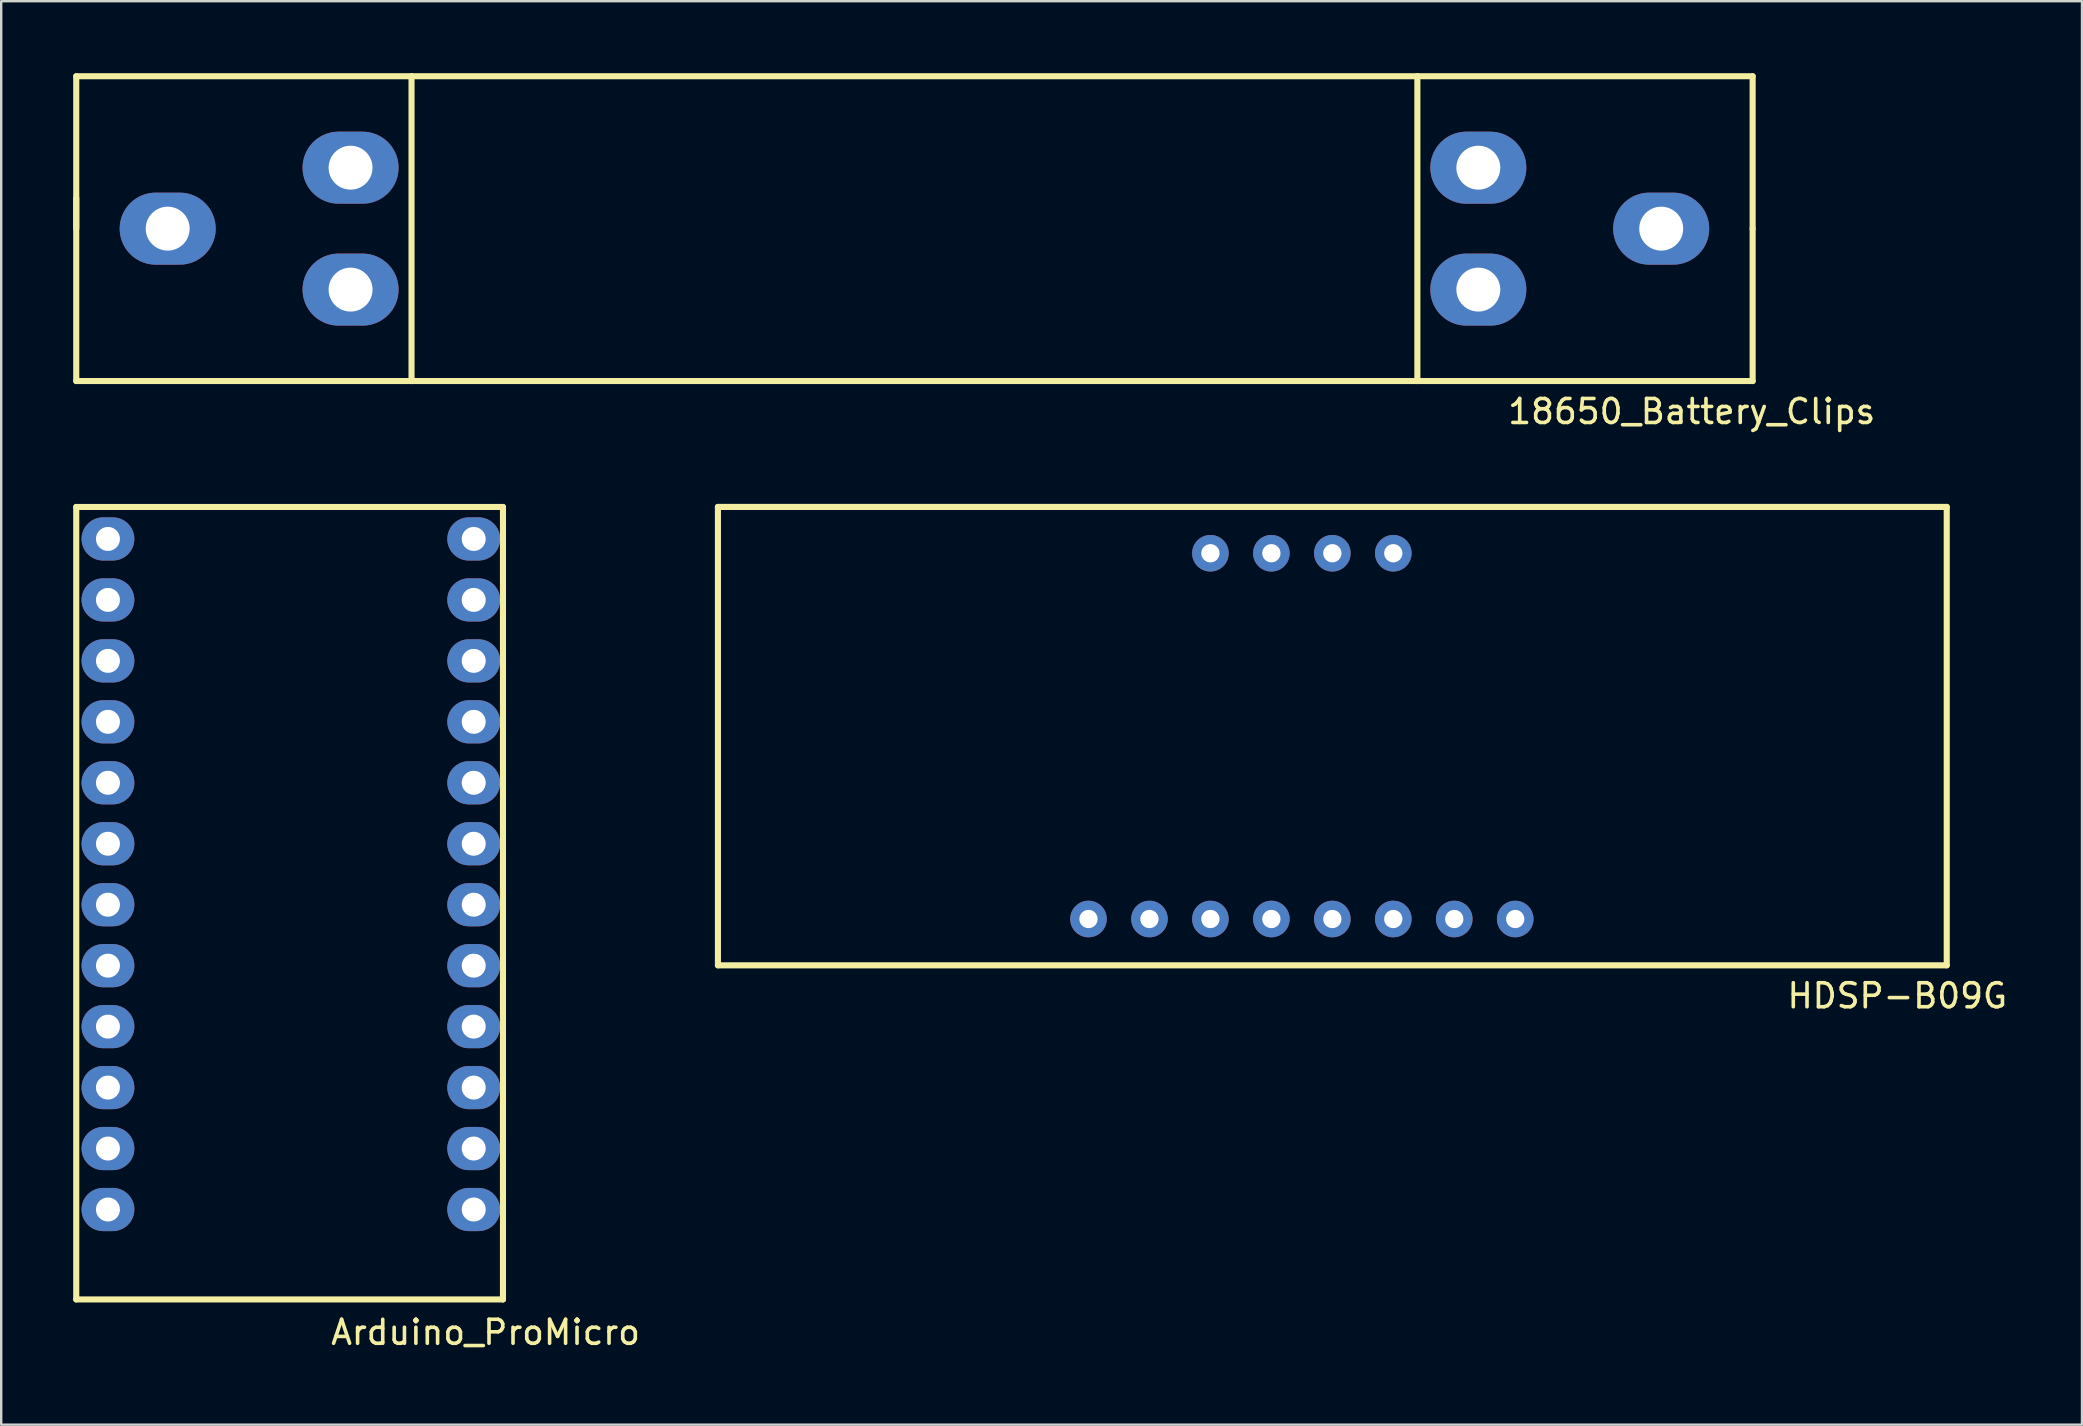
<source format=kicad_pcb>
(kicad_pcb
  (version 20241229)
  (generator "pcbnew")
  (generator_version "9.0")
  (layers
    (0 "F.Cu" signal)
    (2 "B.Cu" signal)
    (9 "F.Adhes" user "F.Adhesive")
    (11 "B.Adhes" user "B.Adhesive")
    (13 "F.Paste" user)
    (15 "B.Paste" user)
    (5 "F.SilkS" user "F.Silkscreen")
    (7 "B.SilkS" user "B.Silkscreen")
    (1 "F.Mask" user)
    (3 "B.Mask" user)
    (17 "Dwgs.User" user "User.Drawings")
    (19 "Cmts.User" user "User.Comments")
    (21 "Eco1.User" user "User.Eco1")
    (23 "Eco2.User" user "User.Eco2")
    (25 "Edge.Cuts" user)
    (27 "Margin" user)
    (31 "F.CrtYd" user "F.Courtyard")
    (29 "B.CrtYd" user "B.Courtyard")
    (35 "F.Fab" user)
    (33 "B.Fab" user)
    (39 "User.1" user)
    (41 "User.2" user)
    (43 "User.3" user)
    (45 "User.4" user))
  (footprint "HDSP-B09G"
    (layer "F.Cu")
    (at 42.304 35.242)
    (property "Reference" "HDSP-B09G" (at 33.7 3.2 0) (layer "F.SilkS") (effects (font (size 1 1) (thickness 0.15))))
    (attr through_hole)
    (fp_line (start -15.44 -17.17) (end 35.76 -17.17) (stroke (width 0.254) (type solid)) (layer "F.SilkS"))
    (fp_line (start -15.44 1.93) (end -15.44 -17.17) (stroke (width 0.254) (type solid)) (layer "F.SilkS"))
    (fp_line (start 35.76 1.93) (end -15.44 1.93) (stroke (width 0.254) (type solid)) (layer "F.SilkS"))
    (fp_line (start 35.76 1.93) (end 35.76 -17.17) (stroke (width 0.254) (type solid)) (layer "F.SilkS"))
    (pad "1" thru_hole circle (at 0 0) (size 1.524 1.524) (drill 0.762) (layers "*.Cu" "*.Mask"))
    (pad "2" thru_hole circle (at 2.54 0) (size 1.524 1.524) (drill 0.762) (layers "*.Cu" "*.Mask"))
    (pad "3" thru_hole circle (at 5.08 0) (size 1.524 1.524) (drill 0.762) (layers "*.Cu" "*.Mask"))
    (pad "4" thru_hole circle (at 7.62 0) (size 1.524 1.524) (drill 0.762) (layers "*.Cu" "*.Mask"))
    (pad "5" thru_hole circle (at 10.16 0) (size 1.524 1.524) (drill 0.762) (layers "*.Cu" "*.Mask"))
    (pad "6" thru_hole circle (at 12.7 0) (size 1.524 1.524) (drill 0.762) (layers "*.Cu" "*.Mask"))
    (pad "7" thru_hole circle (at 15.24 0) (size 1.524 1.524) (drill 0.762) (layers "*.Cu" "*.Mask"))
    (pad "8" thru_hole circle (at 17.78 0) (size 1.524 1.524) (drill 0.762) (layers "*.Cu" "*.Mask"))
    (pad "9" thru_hole circle (at 12.7 -15.24) (size 1.524 1.524) (drill 0.762) (layers "*.Cu" "*.Mask"))
    (pad "10" thru_hole circle (at 10.16 -15.24) (size 1.524 1.524) (drill 0.762) (layers "*.Cu" "*.Mask"))
    (pad "11" thru_hole circle (at 7.62 -15.24) (size 1.524 1.524) (drill 0.762) (layers "*.Cu" "*.Mask"))
    (pad "12" thru_hole circle (at 5.08 -15.24) (size 1.524 1.524) (drill 0.762) (layers "*.Cu" "*.Mask")))
  (footprint "18650_Battery_Clips"
    (layer "F.Cu")
    (at 11.557 3.937)
    (property "Reference" "18650_Battery_Clips" (at 55.88 10.16 0) (layer "F.SilkS") (effects (font (size 1 1) (thickness 0.15))))
    (attr through_hole)
    (fp_line (start -11.43 -3.81) (end 2.54 -3.81) (stroke (width 0.254) (type solid)) (layer "F.SilkS"))
    (fp_line (start -11.43 2.54) (end -11.43 -3.81) (stroke (width 0.254) (type solid)) (layer "F.SilkS"))
    (fp_line (start -11.43 8.89) (end -11.43 1.27) (stroke (width 0.254) (type solid)) (layer "F.SilkS"))
    (fp_line (start 2.54 -3.81) (end 2.54 8.89) (stroke (width 0.254) (type solid)) (layer "F.SilkS"))
    (fp_line (start 2.54 8.89) (end -11.43 8.89) (stroke (width 0.254) (type solid)) (layer "F.SilkS"))
    (fp_line (start 2.54 8.89) (end 44.45 8.89) (stroke (width 0.254) (type solid)) (layer "F.SilkS"))
    (fp_line (start 44.45 -3.81) (end 2.54 -3.81) (stroke (width 0.254) (type solid)) (layer "F.SilkS"))
    (fp_line (start 44.45 -3.81) (end 44.45 8.89) (stroke (width 0.254) (type solid)) (layer "F.SilkS"))
    (fp_line (start 44.45 8.89) (end 58.42 8.89) (stroke (width 0.254) (type solid)) (layer "F.SilkS"))
    (fp_line (start 58.42 -3.81) (end 44.45 -3.81) (stroke (width 0.254) (type solid)) (layer "F.SilkS"))
    (fp_line (start 58.42 2.54) (end 58.42 -3.81) (stroke (width 0.254) (type solid)) (layer "F.SilkS"))
    (fp_line (start 58.42 8.89) (end 58.42 2.54) (stroke (width 0.254) (type solid)) (layer "F.SilkS"))
    (pad "1" thru_hole oval (at -7.62 2.54) (size 4 3) (drill 1.83) (layers "*.Cu" "*.Mask"))
    (pad "1" thru_hole oval (at 0 0) (size 4 3) (drill 1.83) (layers "*.Cu" "*.Mask"))
    (pad "1" thru_hole oval (at 0 5.08) (size 4 3) (drill 1.83) (layers "*.Cu" "*.Mask"))
    (pad "2" thru_hole oval (at 46.99 0) (size 4 3) (drill 1.83) (layers "*.Cu" "*.Mask"))
    (pad "2" thru_hole oval (at 46.99 5.08) (size 4 3) (drill 1.83) (layers "*.Cu" "*.Mask"))
    (pad "2" thru_hole oval (at 54.61 2.54) (size 4 3) (drill 1.83) (layers "*.Cu" "*.Mask")))
  (footprint "Arduino_ProMicro"
    (layer "F.Cu")
    (at 16.688 47.346)
    (property "Reference" "Arduino_ProMicro" (at 0.495 5.118 180) (layer "F.SilkS") (effects (font (size 1 1) (thickness 0.15))))
    (attr through_hole)
    (fp_line (start -16.561 -29.273) (end -16.561 3.747) (stroke (width 0.254) (type solid)) (layer "F.SilkS"))
    (fp_line (start 1.219 -29.273) (end -16.561 -29.273) (stroke (width 0.254) (type solid)) (layer "F.SilkS"))
    (fp_line (start 1.219 3.747) (end -16.561 3.747) (stroke (width 0.254) (type solid)) (layer "F.SilkS"))
    (fp_line (start 1.219 3.747) (end 1.219 -29.273) (stroke (width 0.254) (type solid)) (layer "F.SilkS"))
    (pad "1" thru_hole oval (at 0 0) (size 2.2 1.8) (drill 1) (layers "*.Cu" "*.Mask"))
    (pad "2" thru_hole oval (at 0 -2.54) (size 2.2 1.8) (drill 1) (layers "*.Cu" "*.Mask"))
    (pad "3" thru_hole oval (at 0 -5.08) (size 2.2 1.8) (drill 1) (layers "*.Cu" "*.Mask"))
    (pad "4" thru_hole oval (at 0 -7.62) (size 2.2 1.8) (drill 1) (layers "*.Cu" "*.Mask"))
    (pad "5" thru_hole oval (at 0 -10.16) (size 2.2 1.8) (drill 1) (layers "*.Cu" "*.Mask"))
    (pad "6" thru_hole oval (at 0 -12.7) (size 2.2 1.8) (drill 1) (layers "*.Cu" "*.Mask"))
    (pad "7" thru_hole oval (at 0 -15.24) (size 2.2 1.8) (drill 1) (layers "*.Cu" "*.Mask"))
    (pad "8" thru_hole oval (at 0 -17.78) (size 2.2 1.8) (drill 1) (layers "*.Cu" "*.Mask"))
    (pad "9" thru_hole oval (at 0 -20.32) (size 2.2 1.8) (drill 1) (layers "*.Cu" "*.Mask"))
    (pad "10" thru_hole oval (at 0 -22.86) (size 2.2 1.8) (drill 1) (layers "*.Cu" "*.Mask"))
    (pad "11" thru_hole oval (at 0 -25.4) (size 2.2 1.8) (drill 1) (layers "*.Cu" "*.Mask"))
    (pad "12" thru_hole oval (at 0 -27.94) (size 2.2 1.8) (drill 1) (layers "*.Cu" "*.Mask"))
    (pad "13" thru_hole oval (at -15.24 0) (size 2.2 1.8) (drill 1) (layers "*.Cu" "*.Mask"))
    (pad "14" thru_hole oval (at -15.24 -2.54) (size 2.2 1.8) (drill 1) (layers "*.Cu" "*.Mask"))
    (pad "15" thru_hole oval (at -15.24 -5.08) (size 2.2 1.8) (drill 1) (layers "*.Cu" "*.Mask"))
    (pad "16" thru_hole oval (at -15.24 -7.62) (size 2.2 1.8) (drill 1) (layers "*.Cu" "*.Mask"))
    (pad "17" thru_hole oval (at -15.24 -10.16) (size 2.2 1.8) (drill 1) (layers "*.Cu" "*.Mask"))
    (pad "18" thru_hole oval (at -15.24 -12.7) (size 2.2 1.8) (drill 1) (layers "*.Cu" "*.Mask"))
    (pad "19" thru_hole oval (at -15.24 -15.24) (size 2.2 1.8) (drill 1) (layers "*.Cu" "*.Mask"))
    (pad "20" thru_hole oval (at -15.24 -17.78) (size 2.2 1.8) (drill 1) (layers "*.Cu" "*.Mask"))
    (pad "21" thru_hole oval (at -15.24 -20.32) (size 2.2 1.8) (drill 1) (layers "*.Cu" "*.Mask"))
    (pad "22" thru_hole oval (at -15.24 -22.86) (size 2.2 1.8) (drill 1) (layers "*.Cu" "*.Mask"))
    (pad "23" thru_hole oval (at -15.24 -25.4) (size 2.2 1.8) (drill 1) (layers "*.Cu" "*.Mask"))
    (pad "24" thru_hole oval (at -15.24 -27.94) (size 2.2 1.8) (drill 1) (layers "*.Cu" "*.Mask")))
  (gr_rect
    (start -3 -3)
    (end 83.7 56.312)
    (stroke (width 0.1) (type default))
    (fill no)
    (layer "Edge.Cuts")))
</source>
